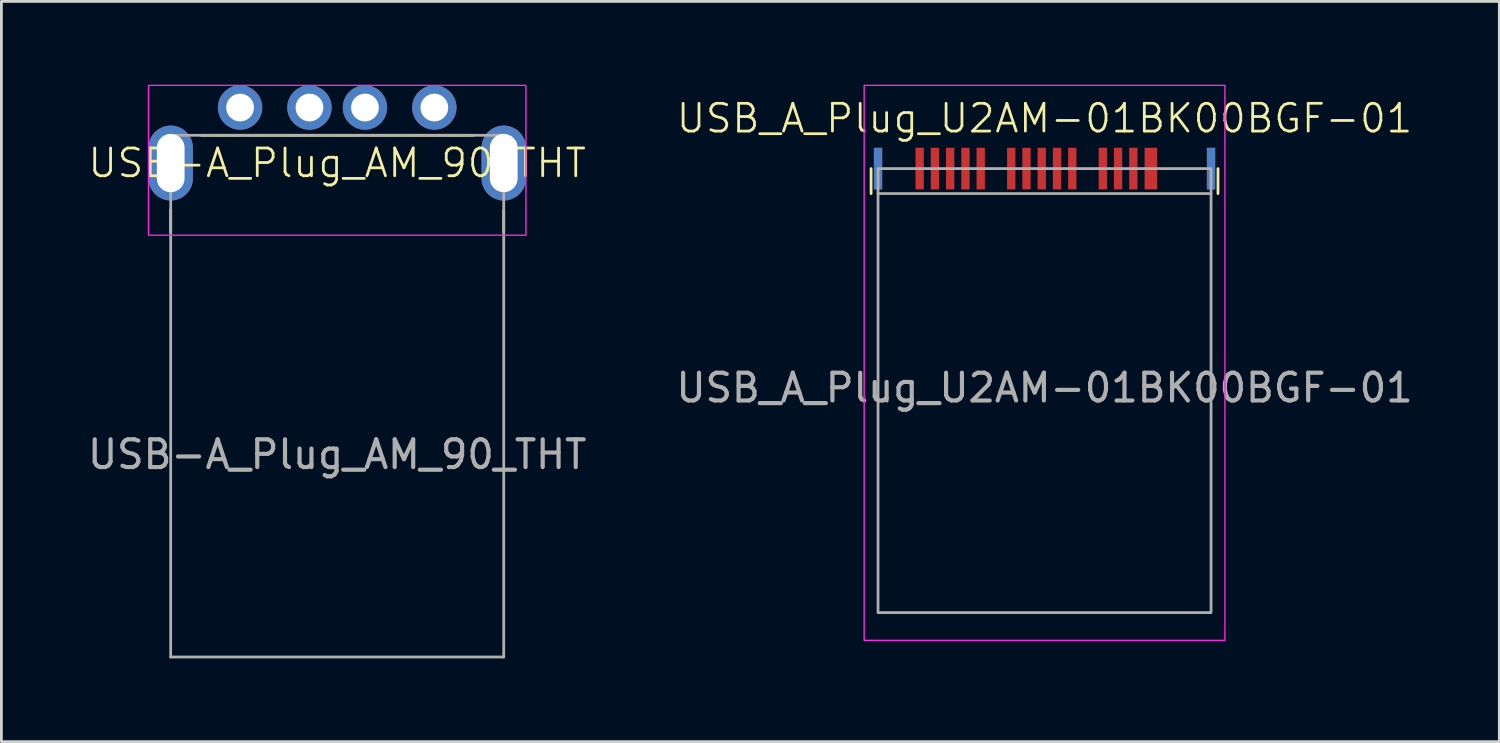
<source format=kicad_pcb>
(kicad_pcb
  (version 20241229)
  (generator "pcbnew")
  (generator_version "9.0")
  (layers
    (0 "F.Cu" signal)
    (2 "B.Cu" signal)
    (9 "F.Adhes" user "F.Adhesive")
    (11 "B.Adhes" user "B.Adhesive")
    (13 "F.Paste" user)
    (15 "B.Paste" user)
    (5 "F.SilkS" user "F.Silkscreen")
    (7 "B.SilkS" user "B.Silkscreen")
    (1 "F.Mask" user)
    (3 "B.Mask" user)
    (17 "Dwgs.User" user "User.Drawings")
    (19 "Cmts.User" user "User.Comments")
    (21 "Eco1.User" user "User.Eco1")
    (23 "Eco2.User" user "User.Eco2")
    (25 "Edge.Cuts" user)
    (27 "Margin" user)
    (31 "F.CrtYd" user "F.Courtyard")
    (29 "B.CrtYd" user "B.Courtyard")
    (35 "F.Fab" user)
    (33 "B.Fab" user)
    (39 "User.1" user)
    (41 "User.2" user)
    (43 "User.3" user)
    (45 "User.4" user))
  (footprint "USB_A_Plug_U2AM-01BK00BGF-01"
    (layer "F.Cu")
    (at 34.589 11.025)
    (property "Reference" "USB_A_Plug_U2AM-01BK00BGF-01" (at 0 -9.81 0) (unlocked yes) (layer "F.SilkS") (effects (font (size 1 1) (thickness 0.1))))
    (attr smd)
    (fp_line (start -6.25 -8) (end -6.25 -7.1) (stroke (width 0.1) (type default)) (layer "F.SilkS"))
    (fp_line (start 6.25 -8) (end 6.25 -7.1) (stroke (width 0.1) (type default)) (layer "F.SilkS"))
    (fp_rect (start -6.5 -11) (end 6.5 9) (stroke (width 0.05) (type default)) (fill no) (layer "F.CrtYd"))
    (fp_line (start -6 -7.1) (end 6 -7.1) (stroke (width 0.1) (type default)) (layer "F.Fab"))
    (fp_rect (start -6 8) (end 6 -8) (stroke (width 0.1) (type default)) (fill no) (layer "F.Fab"))
    (fp_text user "${REFERENCE}" (at 0 -0.1 0) (unlocked yes) (layer "F.Fab") (effects (font (size 1 1) (thickness 0.15))))
    (pad "1" smd rect (at -3.95 -8) (size 0.3 1.5) (layers "F.Cu" "F.Mask" "F.Paste"))
    (pad "1" smd rect (at -2.85 -8) (size 0.3 1.5) (layers "F.Cu" "F.Mask" "F.Paste"))
    (pad "2" smd rect (at -0.65 -8) (size 0.3 1.5) (layers "F.Cu" "F.Mask" "F.Paste"))
    (pad "3" smd rect (at 0.45 -8) (size 0.3 1.5) (layers "F.Cu" "F.Mask" "F.Paste"))
    (pad "4" smd rect (at 2.65 -8) (size 0.3 1.5) (layers "F.Cu" "F.Mask" "F.Paste"))
    (pad "4" smd rect (at 3.83 -8) (size 0.45 1.5) (layers "F.Cu" "F.Mask" "F.Paste"))
    (pad "G" smd rect (at -6 -8) (size 0.3 1.5) (layers "F.Cu" "F.Mask" "F.Paste"))
    (pad "G" smd rect (at -6 -8) (size 0.3 1.5) (layers "B.Cu" "B.Mask" "B.Paste"))
    (pad "G" smd rect (at 6 -8) (size 0.3 1.5) (layers "F.Cu" "F.Mask" "F.Paste"))
    (pad "G" smd rect (at 6 -8) (size 0.3 1.5) (layers "B.Cu" "B.Mask" "B.Paste"))
    (pad "T1" smd rect (at 3.2 -8) (size 0.3 1.5) (layers "F.Cu" "F.Mask" "F.Paste"))
    (pad "T2" smd rect (at 2.1 -8) (size 0.3 1.5) (layers "F.Cu" "F.Mask" "F.Paste"))
    (pad "T3" smd rect (at 1 -8) (size 0.3 1.5) (layers "F.Cu" "F.Mask" "F.Paste"))
    (pad "T4" smd rect (at -0.1 -8) (size 0.3 1.5) (layers "F.Cu" "F.Mask" "F.Paste"))
    (pad "T5" smd rect (at -1.2 -8) (size 0.3 1.5) (layers "F.Cu" "F.Mask" "F.Paste"))
    (pad "T6" smd rect (at -2.3 -8) (size 0.3 1.5) (layers "F.Cu" "F.Mask" "F.Paste"))
    (pad "T7" smd rect (at -3.4 -8) (size 0.3 1.5) (layers "F.Cu" "F.Mask" "F.Paste"))
    (pad "T8" smd rect (at -4.5 -8) (size 0.3 1.5) (layers "F.Cu" "F.Mask" "F.Paste")))
  (footprint "USB-A_Plug_AM_90_THT"
    (layer "F.Cu")
    (at 9.101 11.225)
    (property "Reference" "USB-A_Plug_AM_90_THT" (at 0 -8.4 0) (unlocked yes) (layer "F.SilkS") (effects (font (size 1 1) (thickness 0.1))))
    (attr through_hole)
    (fp_line (start -6 -5.9) (end -6 -6.7) (stroke (width 0.1) (type default)) (layer "F.SilkS"))
    (fp_line (start -4.9 -9.4) (end 4.9 -9.4) (stroke (width 0.1) (type default)) (layer "F.SilkS"))
    (fp_line (start 6 -5.9) (end 6 -6.7) (stroke (width 0.1) (type default)) (layer "F.SilkS"))
    (fp_rect (start -6.8 -11.2) (end 6.8 -5.8) (stroke (width 0.05) (type default)) (fill no) (layer "F.CrtYd"))
    (fp_line (start -6 -9.4) (end -6 9.4) (stroke (width 0.1) (type default)) (layer "F.Fab"))
    (fp_line (start -6 -9.4) (end 6 -9.4) (stroke (width 0.1) (type default)) (layer "F.Fab"))
    (fp_line (start -6 9.4) (end 6 9.4) (stroke (width 0.1) (type default)) (layer "F.Fab"))
    (fp_line (start 6 -9.4) (end 6 9.4) (stroke (width 0.1) (type default)) (layer "F.Fab"))
    (fp_text user "${REFERENCE}" (at 0 2.1 0) (unlocked yes) (layer "F.Fab") (effects (font (size 1 1) (thickness 0.15))))
    (pad "1" thru_hole circle (at 3.5 -10.4) (size 1.6 1.6) (drill 1) (layers "*.Cu" "*.Mask"))
    (pad "2" thru_hole circle (at 1 -10.4) (size 1.6 1.6) (drill 1) (layers "*.Cu" "*.Mask"))
    (pad "3" thru_hole circle (at -1 -10.4) (size 1.6 1.6) (drill 1) (layers "*.Cu" "*.Mask"))
    (pad "4" thru_hole circle (at -3.5 -10.4) (size 1.6 1.6) (drill 1) (layers "*.Cu" "*.Mask"))
    (pad "5" thru_hole oval (at -6 -8.4) (size 1.6 2.7) (drill oval 1 2.1) (layers "*.Cu" "*.Mask"))
    (pad "5" thru_hole oval (at 6 -8.4) (size 1.6 2.7) (drill oval 1 2.1) (layers "*.Cu" "*.Mask")))
  (gr_rect
    (start -3 -3)
    (end 50.976 23.675)
    (stroke (width 0.1) (type default))
    (fill no)
    (layer "Edge.Cuts")))
</source>
